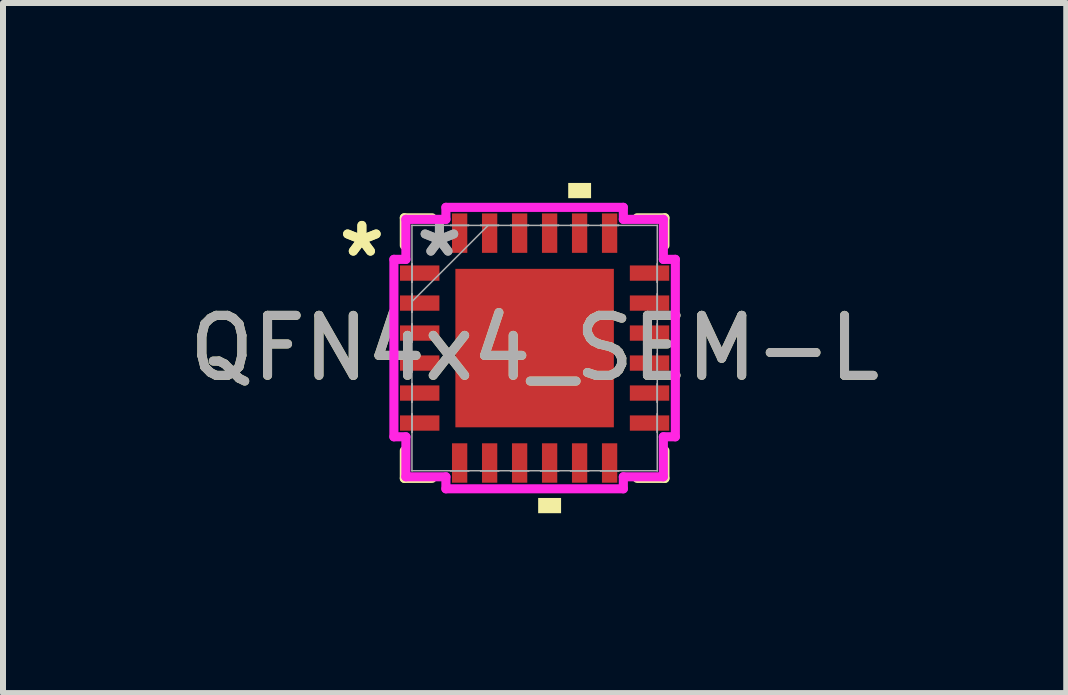
<source format=kicad_pcb>
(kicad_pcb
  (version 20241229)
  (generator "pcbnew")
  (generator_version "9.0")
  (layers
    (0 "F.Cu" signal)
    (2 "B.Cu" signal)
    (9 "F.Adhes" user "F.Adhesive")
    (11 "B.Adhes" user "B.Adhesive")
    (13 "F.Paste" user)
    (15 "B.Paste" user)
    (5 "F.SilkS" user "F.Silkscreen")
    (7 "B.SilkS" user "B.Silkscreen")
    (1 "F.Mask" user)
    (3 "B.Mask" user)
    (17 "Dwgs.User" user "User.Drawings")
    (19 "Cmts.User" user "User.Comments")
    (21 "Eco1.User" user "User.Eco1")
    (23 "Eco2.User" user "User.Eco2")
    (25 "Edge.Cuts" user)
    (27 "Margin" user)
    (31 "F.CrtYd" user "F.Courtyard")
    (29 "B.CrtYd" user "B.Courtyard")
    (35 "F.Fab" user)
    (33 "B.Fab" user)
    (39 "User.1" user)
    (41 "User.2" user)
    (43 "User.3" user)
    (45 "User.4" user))
  (footprint "QFN4x4_SEM-L"
    (layer "F.Cu")
    (at 5.863 2.753)
    (property "Reference" "QFN4x4_SEM-L" (at 0 0 0) (unlocked yes) (layer "F.SilkS") (effects (font (size 1 1) (thickness 0.15))))
    (attr smd)
    (fp_line (start -2.172 -2.172) (end -2.172 -1.71) (stroke (width 0.152) (type solid)) (layer "F.SilkS"))
    (fp_line (start -2.172 1.71) (end -2.172 2.172) (stroke (width 0.152) (type solid)) (layer "F.SilkS"))
    (fp_line (start -2.172 2.172) (end -1.71 2.172) (stroke (width 0.152) (type solid)) (layer "F.SilkS"))
    (fp_line (start -1.71 -2.172) (end -2.172 -2.172) (stroke (width 0.152) (type solid)) (layer "F.SilkS"))
    (fp_line (start 1.71 2.172) (end 2.172 2.172) (stroke (width 0.152) (type solid)) (layer "F.SilkS"))
    (fp_line (start 2.172 -2.172) (end 1.71 -2.172) (stroke (width 0.152) (type solid)) (layer "F.SilkS"))
    (fp_line (start 2.172 -1.71) (end 2.172 -2.172) (stroke (width 0.152) (type solid)) (layer "F.SilkS"))
    (fp_line (start 2.172 2.172) (end 2.172 1.71) (stroke (width 0.152) (type solid)) (layer "F.SilkS"))
    (fp_poly (pts (xy 0.059 2.499) (xy 0.059 2.753) (xy 0.441 2.753) (xy 0.441 2.499)) (stroke (width 0) (type solid)) (fill yes) (layer "F.SilkS"))
    (fp_poly (pts (xy 0.56 -2.499) (xy 0.56 -2.753) (xy 0.941 -2.753) (xy 0.941 -2.499)) (stroke (width 0) (type solid)) (fill yes) (layer "F.SilkS"))
    (fp_poly (pts (xy -1.221 -1.221) (xy -1.221 -0.1) (xy -0.1 -0.1) (xy -0.1 -1.221)) (stroke (width 0) (type solid)) (fill yes) (layer "F.Paste"))
    (fp_poly (pts (xy -1.221 0.1) (xy -1.221 1.221) (xy -0.1 1.221) (xy -0.1 0.1)) (stroke (width 0) (type solid)) (fill yes) (layer "F.Paste"))
    (fp_poly (pts (xy 0.1 -1.221) (xy 0.1 -0.1) (xy 1.221 -0.1) (xy 1.221 -1.221)) (stroke (width 0) (type solid)) (fill yes) (layer "F.Paste"))
    (fp_poly (pts (xy 0.1 0.1) (xy 0.1 1.221) (xy 1.221 1.221) (xy 1.221 0.1)) (stroke (width 0) (type solid)) (fill yes) (layer "F.Paste"))
    (fp_line (start -2.346 -1.479) (end -2.146 -1.479) (stroke (width 0.152) (type solid)) (layer "F.CrtYd"))
    (fp_line (start -2.346 1.479) (end -2.346 -1.479) (stroke (width 0.152) (type solid)) (layer "F.CrtYd"))
    (fp_line (start -2.146 -2.146) (end -1.479 -2.146) (stroke (width 0.152) (type solid)) (layer "F.CrtYd"))
    (fp_line (start -2.146 -1.479) (end -2.146 -2.146) (stroke (width 0.152) (type solid)) (layer "F.CrtYd"))
    (fp_line (start -2.146 1.479) (end -2.346 1.479) (stroke (width 0.152) (type solid)) (layer "F.CrtYd"))
    (fp_line (start -2.146 2.146) (end -2.146 1.479) (stroke (width 0.152) (type solid)) (layer "F.CrtYd"))
    (fp_line (start -1.479 -2.346) (end 1.479 -2.346) (stroke (width 0.152) (type solid)) (layer "F.CrtYd"))
    (fp_line (start -1.479 -2.146) (end -1.479 -2.346) (stroke (width 0.152) (type solid)) (layer "F.CrtYd"))
    (fp_line (start -1.479 2.146) (end -2.146 2.146) (stroke (width 0.152) (type solid)) (layer "F.CrtYd"))
    (fp_line (start -1.479 2.346) (end -1.479 2.146) (stroke (width 0.152) (type solid)) (layer "F.CrtYd"))
    (fp_line (start 1.479 -2.346) (end 1.479 -2.146) (stroke (width 0.152) (type solid)) (layer "F.CrtYd"))
    (fp_line (start 1.479 -2.146) (end 2.146 -2.146) (stroke (width 0.152) (type solid)) (layer "F.CrtYd"))
    (fp_line (start 1.479 2.146) (end 1.479 2.346) (stroke (width 0.152) (type solid)) (layer "F.CrtYd"))
    (fp_line (start 1.479 2.346) (end -1.479 2.346) (stroke (width 0.152) (type solid)) (layer "F.CrtYd"))
    (fp_line (start 2.146 -2.146) (end 2.146 -1.479) (stroke (width 0.152) (type solid)) (layer "F.CrtYd"))
    (fp_line (start 2.146 -1.479) (end 2.346 -1.479) (stroke (width 0.152) (type solid)) (layer "F.CrtYd"))
    (fp_line (start 2.146 1.479) (end 2.146 2.146) (stroke (width 0.152) (type solid)) (layer "F.CrtYd"))
    (fp_line (start 2.146 2.146) (end 1.479 2.146) (stroke (width 0.152) (type solid)) (layer "F.CrtYd"))
    (fp_line (start 2.346 -1.479) (end 2.346 1.479) (stroke (width 0.152) (type solid)) (layer "F.CrtYd"))
    (fp_line (start 2.346 1.479) (end 2.146 1.479) (stroke (width 0.152) (type solid)) (layer "F.CrtYd"))
    (fp_line (start -2.045 -2.045) (end -2.045 -2.045) (stroke (width 0.025) (type solid)) (layer "F.Fab"))
    (fp_line (start -2.045 -2.045) (end -2.045 2.045) (stroke (width 0.025) (type solid)) (layer "F.Fab"))
    (fp_line (start -2.045 -1.402) (end -2.045 -1.402) (stroke (width 0.025) (type solid)) (layer "F.Fab"))
    (fp_line (start -2.045 -1.402) (end -2.045 -1.098) (stroke (width 0.025) (type solid)) (layer "F.Fab"))
    (fp_line (start -2.045 -1.098) (end -2.045 -1.402) (stroke (width 0.025) (type solid)) (layer "F.Fab"))
    (fp_line (start -2.045 -1.098) (end -2.045 -1.098) (stroke (width 0.025) (type solid)) (layer "F.Fab"))
    (fp_line (start -2.045 -0.902) (end -2.045 -0.902) (stroke (width 0.025) (type solid)) (layer "F.Fab"))
    (fp_line (start -2.045 -0.902) (end -2.045 -0.598) (stroke (width 0.025) (type solid)) (layer "F.Fab"))
    (fp_line (start -2.045 -0.775) (end -0.775 -2.045) (stroke (width 0.025) (type solid)) (layer "F.Fab"))
    (fp_line (start -2.045 -0.598) (end -2.045 -0.902) (stroke (width 0.025) (type solid)) (layer "F.Fab"))
    (fp_line (start -2.045 -0.598) (end -2.045 -0.598) (stroke (width 0.025) (type solid)) (layer "F.Fab"))
    (fp_line (start -2.045 -0.402) (end -2.045 -0.402) (stroke (width 0.025) (type solid)) (layer "F.Fab"))
    (fp_line (start -2.045 -0.402) (end -2.045 -0.098) (stroke (width 0.025) (type solid)) (layer "F.Fab"))
    (fp_line (start -2.045 -0.098) (end -2.045 -0.402) (stroke (width 0.025) (type solid)) (layer "F.Fab"))
    (fp_line (start -2.045 -0.098) (end -2.045 -0.098) (stroke (width 0.025) (type solid)) (layer "F.Fab"))
    (fp_line (start -2.045 0.098) (end -2.045 0.098) (stroke (width 0.025) (type solid)) (layer "F.Fab"))
    (fp_line (start -2.045 0.098) (end -2.045 0.402) (stroke (width 0.025) (type solid)) (layer "F.Fab"))
    (fp_line (start -2.045 0.402) (end -2.045 0.098) (stroke (width 0.025) (type solid)) (layer "F.Fab"))
    (fp_line (start -2.045 0.402) (end -2.045 0.402) (stroke (width 0.025) (type solid)) (layer "F.Fab"))
    (fp_line (start -2.045 0.598) (end -2.045 0.598) (stroke (width 0.025) (type solid)) (layer "F.Fab"))
    (fp_line (start -2.045 0.598) (end -2.045 0.902) (stroke (width 0.025) (type solid)) (layer "F.Fab"))
    (fp_line (start -2.045 0.902) (end -2.045 0.598) (stroke (width 0.025) (type solid)) (layer "F.Fab"))
    (fp_line (start -2.045 0.902) (end -2.045 0.902) (stroke (width 0.025) (type solid)) (layer "F.Fab"))
    (fp_line (start -2.045 1.098) (end -2.045 1.098) (stroke (width 0.025) (type solid)) (layer "F.Fab"))
    (fp_line (start -2.045 1.098) (end -2.045 1.402) (stroke (width 0.025) (type solid)) (layer "F.Fab"))
    (fp_line (start -2.045 1.402) (end -2.045 1.098) (stroke (width 0.025) (type solid)) (layer "F.Fab"))
    (fp_line (start -2.045 1.402) (end -2.045 1.402) (stroke (width 0.025) (type solid)) (layer "F.Fab"))
    (fp_line (start -2.045 2.045) (end -2.045 2.045) (stroke (width 0.025) (type solid)) (layer "F.Fab"))
    (fp_line (start -2.045 2.045) (end 2.045 2.045) (stroke (width 0.025) (type solid)) (layer "F.Fab"))
    (fp_line (start -1.402 -2.045) (end -1.402 -2.045) (stroke (width 0.025) (type solid)) (layer "F.Fab"))
    (fp_line (start -1.402 -2.045) (end -1.098 -2.045) (stroke (width 0.025) (type solid)) (layer "F.Fab"))
    (fp_line (start -1.402 2.045) (end -1.402 2.045) (stroke (width 0.025) (type solid)) (layer "F.Fab"))
    (fp_line (start -1.402 2.045) (end -1.098 2.045) (stroke (width 0.025) (type solid)) (layer "F.Fab"))
    (fp_line (start -1.098 -2.045) (end -1.402 -2.045) (stroke (width 0.025) (type solid)) (layer "F.Fab"))
    (fp_line (start -1.098 -2.045) (end -1.098 -2.045) (stroke (width 0.025) (type solid)) (layer "F.Fab"))
    (fp_line (start -1.098 2.045) (end -1.402 2.045) (stroke (width 0.025) (type solid)) (layer "F.Fab"))
    (fp_line (start -1.098 2.045) (end -1.098 2.045) (stroke (width 0.025) (type solid)) (layer "F.Fab"))
    (fp_line (start -0.902 -2.045) (end -0.902 -2.045) (stroke (width 0.025) (type solid)) (layer "F.Fab"))
    (fp_line (start -0.902 -2.045) (end -0.598 -2.045) (stroke (width 0.025) (type solid)) (layer "F.Fab"))
    (fp_line (start -0.902 2.045) (end -0.902 2.045) (stroke (width 0.025) (type solid)) (layer "F.Fab"))
    (fp_line (start -0.902 2.045) (end -0.598 2.045) (stroke (width 0.025) (type solid)) (layer "F.Fab"))
    (fp_line (start -0.598 -2.045) (end -0.902 -2.045) (stroke (width 0.025) (type solid)) (layer "F.Fab"))
    (fp_line (start -0.598 -2.045) (end -0.598 -2.045) (stroke (width 0.025) (type solid)) (layer "F.Fab"))
    (fp_line (start -0.598 2.045) (end -0.902 2.045) (stroke (width 0.025) (type solid)) (layer "F.Fab"))
    (fp_line (start -0.598 2.045) (end -0.598 2.045) (stroke (width 0.025) (type solid)) (layer "F.Fab"))
    (fp_line (start -0.402 -2.045) (end -0.402 -2.045) (stroke (width 0.025) (type solid)) (layer "F.Fab"))
    (fp_line (start -0.402 -2.045) (end -0.098 -2.045) (stroke (width 0.025) (type solid)) (layer "F.Fab"))
    (fp_line (start -0.402 2.045) (end -0.402 2.045) (stroke (width 0.025) (type solid)) (layer "F.Fab"))
    (fp_line (start -0.402 2.045) (end -0.098 2.045) (stroke (width 0.025) (type solid)) (layer "F.Fab"))
    (fp_line (start -0.098 -2.045) (end -0.402 -2.045) (stroke (width 0.025) (type solid)) (layer "F.Fab"))
    (fp_line (start -0.098 -2.045) (end -0.098 -2.045) (stroke (width 0.025) (type solid)) (layer "F.Fab"))
    (fp_line (start -0.098 2.045) (end -0.402 2.045) (stroke (width 0.025) (type solid)) (layer "F.Fab"))
    (fp_line (start -0.098 2.045) (end -0.098 2.045) (stroke (width 0.025) (type solid)) (layer "F.Fab"))
    (fp_line (start 0.098 -2.045) (end 0.098 -2.045) (stroke (width 0.025) (type solid)) (layer "F.Fab"))
    (fp_line (start 0.098 -2.045) (end 0.402 -2.045) (stroke (width 0.025) (type solid)) (layer "F.Fab"))
    (fp_line (start 0.098 2.045) (end 0.098 2.045) (stroke (width 0.025) (type solid)) (layer "F.Fab"))
    (fp_line (start 0.098 2.045) (end 0.402 2.045) (stroke (width 0.025) (type solid)) (layer "F.Fab"))
    (fp_line (start 0.402 -2.045) (end 0.098 -2.045) (stroke (width 0.025) (type solid)) (layer "F.Fab"))
    (fp_line (start 0.402 -2.045) (end 0.402 -2.045) (stroke (width 0.025) (type solid)) (layer "F.Fab"))
    (fp_line (start 0.402 2.045) (end 0.098 2.045) (stroke (width 0.025) (type solid)) (layer "F.Fab"))
    (fp_line (start 0.402 2.045) (end 0.402 2.045) (stroke (width 0.025) (type solid)) (layer "F.Fab"))
    (fp_line (start 0.598 -2.045) (end 0.598 -2.045) (stroke (width 0.025) (type solid)) (layer "F.Fab"))
    (fp_line (start 0.598 -2.045) (end 0.902 -2.045) (stroke (width 0.025) (type solid)) (layer "F.Fab"))
    (fp_line (start 0.598 2.045) (end 0.598 2.045) (stroke (width 0.025) (type solid)) (layer "F.Fab"))
    (fp_line (start 0.598 2.045) (end 0.902 2.045) (stroke (width 0.025) (type solid)) (layer "F.Fab"))
    (fp_line (start 0.902 -2.045) (end 0.598 -2.045) (stroke (width 0.025) (type solid)) (layer "F.Fab"))
    (fp_line (start 0.902 -2.045) (end 0.902 -2.045) (stroke (width 0.025) (type solid)) (layer "F.Fab"))
    (fp_line (start 0.902 2.045) (end 0.598 2.045) (stroke (width 0.025) (type solid)) (layer "F.Fab"))
    (fp_line (start 0.902 2.045) (end 0.902 2.045) (stroke (width 0.025) (type solid)) (layer "F.Fab"))
    (fp_line (start 1.098 -2.045) (end 1.098 -2.045) (stroke (width 0.025) (type solid)) (layer "F.Fab"))
    (fp_line (start 1.098 -2.045) (end 1.402 -2.045) (stroke (width 0.025) (type solid)) (layer "F.Fab"))
    (fp_line (start 1.098 2.045) (end 1.098 2.045) (stroke (width 0.025) (type solid)) (layer "F.Fab"))
    (fp_line (start 1.098 2.045) (end 1.402 2.045) (stroke (width 0.025) (type solid)) (layer "F.Fab"))
    (fp_line (start 1.402 -2.045) (end 1.098 -2.045) (stroke (width 0.025) (type solid)) (layer "F.Fab"))
    (fp_line (start 1.402 -2.045) (end 1.402 -2.045) (stroke (width 0.025) (type solid)) (layer "F.Fab"))
    (fp_line (start 1.402 2.045) (end 1.098 2.045) (stroke (width 0.025) (type solid)) (layer "F.Fab"))
    (fp_line (start 1.402 2.045) (end 1.402 2.045) (stroke (width 0.025) (type solid)) (layer "F.Fab"))
    (fp_line (start 2.045 -2.045) (end -2.045 -2.045) (stroke (width 0.025) (type solid)) (layer "F.Fab"))
    (fp_line (start 2.045 -2.045) (end 2.045 -2.045) (stroke (width 0.025) (type solid)) (layer "F.Fab"))
    (fp_line (start 2.045 -1.402) (end 2.045 -1.402) (stroke (width 0.025) (type solid)) (layer "F.Fab"))
    (fp_line (start 2.045 -1.402) (end 2.045 -1.098) (stroke (width 0.025) (type solid)) (layer "F.Fab"))
    (fp_line (start 2.045 -1.098) (end 2.045 -1.402) (stroke (width 0.025) (type solid)) (layer "F.Fab"))
    (fp_line (start 2.045 -1.098) (end 2.045 -1.098) (stroke (width 0.025) (type solid)) (layer "F.Fab"))
    (fp_line (start 2.045 -0.902) (end 2.045 -0.902) (stroke (width 0.025) (type solid)) (layer "F.Fab"))
    (fp_line (start 2.045 -0.902) (end 2.045 -0.598) (stroke (width 0.025) (type solid)) (layer "F.Fab"))
    (fp_line (start 2.045 -0.598) (end 2.045 -0.902) (stroke (width 0.025) (type solid)) (layer "F.Fab"))
    (fp_line (start 2.045 -0.598) (end 2.045 -0.598) (stroke (width 0.025) (type solid)) (layer "F.Fab"))
    (fp_line (start 2.045 -0.402) (end 2.045 -0.402) (stroke (width 0.025) (type solid)) (layer "F.Fab"))
    (fp_line (start 2.045 -0.402) (end 2.045 -0.098) (stroke (width 0.025) (type solid)) (layer "F.Fab"))
    (fp_line (start 2.045 -0.098) (end 2.045 -0.402) (stroke (width 0.025) (type solid)) (layer "F.Fab"))
    (fp_line (start 2.045 -0.098) (end 2.045 -0.098) (stroke (width 0.025) (type solid)) (layer "F.Fab"))
    (fp_line (start 2.045 0.098) (end 2.045 0.098) (stroke (width 0.025) (type solid)) (layer "F.Fab"))
    (fp_line (start 2.045 0.098) (end 2.045 0.402) (stroke (width 0.025) (type solid)) (layer "F.Fab"))
    (fp_line (start 2.045 0.402) (end 2.045 0.098) (stroke (width 0.025) (type solid)) (layer "F.Fab"))
    (fp_line (start 2.045 0.402) (end 2.045 0.402) (stroke (width 0.025) (type solid)) (layer "F.Fab"))
    (fp_line (start 2.045 0.598) (end 2.045 0.598) (stroke (width 0.025) (type solid)) (layer "F.Fab"))
    (fp_line (start 2.045 0.598) (end 2.045 0.902) (stroke (width 0.025) (type solid)) (layer "F.Fab"))
    (fp_line (start 2.045 0.902) (end 2.045 0.598) (stroke (width 0.025) (type solid)) (layer "F.Fab"))
    (fp_line (start 2.045 0.902) (end 2.045 0.902) (stroke (width 0.025) (type solid)) (layer "F.Fab"))
    (fp_line (start 2.045 1.098) (end 2.045 1.098) (stroke (width 0.025) (type solid)) (layer "F.Fab"))
    (fp_line (start 2.045 1.098) (end 2.045 1.402) (stroke (width 0.025) (type solid)) (layer "F.Fab"))
    (fp_line (start 2.045 1.402) (end 2.045 1.098) (stroke (width 0.025) (type solid)) (layer "F.Fab"))
    (fp_line (start 2.045 1.402) (end 2.045 1.402) (stroke (width 0.025) (type solid)) (layer "F.Fab"))
    (fp_line (start 2.045 2.045) (end 2.045 -2.045) (stroke (width 0.025) (type solid)) (layer "F.Fab"))
    (fp_line (start 2.045 2.045) (end 2.045 2.045) (stroke (width 0.025) (type solid)) (layer "F.Fab"))
    (fp_text user "*" (at -2.88 -1.5 0) (layer "F.SilkS") (effects (font (size 1 1) (thickness 0.15))))
    (fp_text user "*" (at -2.88 -1.5 0) (unlocked yes) (layer "F.SilkS") (effects (font (size 1 1) (thickness 0.15))))
    (fp_text user "*" (at -1.587 -1.5 0) (unlocked yes) (layer "F.Fab") (effects (font (size 1 1) (thickness 0.15))))
    (fp_text user "*" (at -1.587 -1.5 0) (layer "F.Fab") (effects (font (size 1 1) (thickness 0.15))))
    (fp_text user "${REFERENCE}" (at 0 0 0) (unlocked yes) (layer "F.Fab") (effects (font (size 1 1) (thickness 0.15))))
    (pad "1" smd rect (at -1.916 -1.25 90) (size 0.255 0.657) (layers "F.Cu" "F.Mask" "F.Paste"))
    (pad "2" smd rect (at -1.916 -0.75 90) (size 0.255 0.657) (layers "F.Cu" "F.Mask" "F.Paste"))
    (pad "3" smd rect (at -1.916 -0.25 90) (size 0.255 0.657) (layers "F.Cu" "F.Mask" "F.Paste"))
    (pad "4" smd rect (at -1.916 0.25 90) (size 0.255 0.657) (layers "F.Cu" "F.Mask" "F.Paste"))
    (pad "5" smd rect (at -1.916 0.75 90) (size 0.255 0.657) (layers "F.Cu" "F.Mask" "F.Paste"))
    (pad "6" smd rect (at -1.916 1.25 90) (size 0.255 0.657) (layers "F.Cu" "F.Mask" "F.Paste"))
    (pad "7" smd rect (at -1.25 1.916) (size 0.255 0.657) (layers "F.Cu" "F.Mask" "F.Paste"))
    (pad "8" smd rect (at -0.75 1.916) (size 0.255 0.657) (layers "F.Cu" "F.Mask" "F.Paste"))
    (pad "9" smd rect (at -0.25 1.916) (size 0.255 0.657) (layers "F.Cu" "F.Mask" "F.Paste"))
    (pad "10" smd rect (at 0.25 1.916) (size 0.255 0.657) (layers "F.Cu" "F.Mask" "F.Paste"))
    (pad "11" smd rect (at 0.75 1.916) (size 0.255 0.657) (layers "F.Cu" "F.Mask" "F.Paste"))
    (pad "12" smd rect (at 1.25 1.916) (size 0.255 0.657) (layers "F.Cu" "F.Mask" "F.Paste"))
    (pad "13" smd rect (at 1.916 1.25 90) (size 0.255 0.657) (layers "F.Cu" "F.Mask" "F.Paste"))
    (pad "14" smd rect (at 1.916 0.75 90) (size 0.255 0.657) (layers "F.Cu" "F.Mask" "F.Paste"))
    (pad "15" smd rect (at 1.916 0.25 90) (size 0.255 0.657) (layers "F.Cu" "F.Mask" "F.Paste"))
    (pad "16" smd rect (at 1.916 -0.25 90) (size 0.255 0.657) (layers "F.Cu" "F.Mask" "F.Paste"))
    (pad "17" smd rect (at 1.916 -0.75 90) (size 0.255 0.657) (layers "F.Cu" "F.Mask" "F.Paste"))
    (pad "18" smd rect (at 1.916 -1.25 90) (size 0.255 0.657) (layers "F.Cu" "F.Mask" "F.Paste"))
    (pad "19" smd rect (at 1.25 -1.916) (size 0.255 0.657) (layers "F.Cu" "F.Mask" "F.Paste"))
    (pad "20" smd rect (at 0.75 -1.916) (size 0.255 0.657) (layers "F.Cu" "F.Mask" "F.Paste"))
    (pad "21" smd rect (at 0.25 -1.916) (size 0.255 0.657) (layers "F.Cu" "F.Mask" "F.Paste"))
    (pad "22" smd rect (at -0.25 -1.916) (size 0.255 0.657) (layers "F.Cu" "F.Mask" "F.Paste"))
    (pad "23" smd rect (at -0.75 -1.916) (size 0.255 0.657) (layers "F.Cu" "F.Mask" "F.Paste"))
    (pad "24" smd rect (at -1.25 -1.916) (size 0.255 0.657) (layers "F.Cu" "F.Mask" "F.Paste"))
    (pad "25" smd rect (at 0 0) (size 2.642 2.642) (layers "F.Cu" "F.Mask" "F.Paste")))
  (gr_rect
    (start -3 -3)
    (end 14.726 8.505)
    (stroke (width 0.1) (type default))
    (fill no)
    (layer "Edge.Cuts")))
</source>
